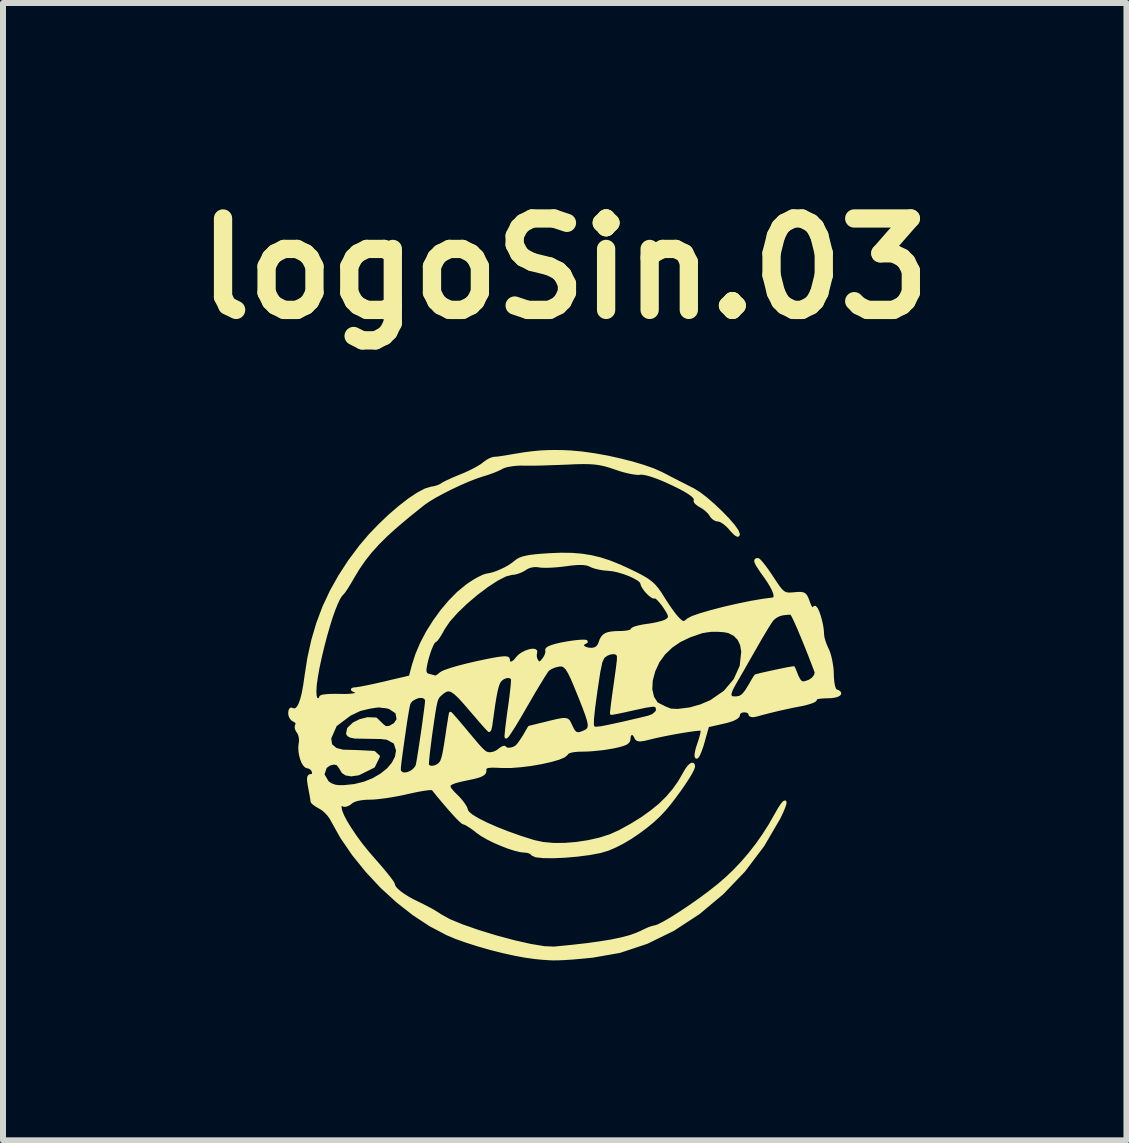
<source format=kicad_pcb>
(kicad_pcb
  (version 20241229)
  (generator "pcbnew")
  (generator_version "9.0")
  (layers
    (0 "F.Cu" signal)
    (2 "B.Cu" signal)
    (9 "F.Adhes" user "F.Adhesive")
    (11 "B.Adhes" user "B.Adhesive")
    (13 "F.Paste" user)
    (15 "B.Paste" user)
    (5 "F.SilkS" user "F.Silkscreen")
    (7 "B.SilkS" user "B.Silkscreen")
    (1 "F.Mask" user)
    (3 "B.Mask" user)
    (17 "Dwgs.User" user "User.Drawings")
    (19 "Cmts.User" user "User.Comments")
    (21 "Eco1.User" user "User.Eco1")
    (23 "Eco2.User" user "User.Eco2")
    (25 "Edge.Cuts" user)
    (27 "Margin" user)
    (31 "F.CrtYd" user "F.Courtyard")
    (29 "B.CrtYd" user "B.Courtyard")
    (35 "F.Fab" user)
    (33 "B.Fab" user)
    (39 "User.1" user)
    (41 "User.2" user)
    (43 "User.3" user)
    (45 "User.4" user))
  (footprint "logoSin.03"
    (layer "F.Cu")
    (at 6.365 8.706)
    (property "Reference" "logoSin.03" (at 0 -7.279 0) (layer "F.SilkS") (effects (font (size 1.524 1.524) (thickness 0.305))))
    (attr smd)
    (fp_poly (pts (xy -0.162 -4.231) (xy -0.284 -4.229) (xy -0.406 -4.223) (xy -0.532 -4.211) (xy -0.667 -4.194) (xy -0.816 -4.17) (xy -0.985 -4.141) (xy -1.01 -4.137) (xy -1.036 -4.133) (xy -1.063 -4.129) (xy -1.09 -4.125) (xy -1.115 -4.122) (xy -1.138 -4.12) (xy -1.159 -4.118) (xy -1.177 -4.117) (xy -1.194 -4.114) (xy -1.214 -4.108) (xy -1.236 -4.1) (xy -1.26 -4.088) (xy -1.284 -4.075) (xy -1.308 -4.059) (xy -1.332 -4.042) (xy -1.354 -4.025) (xy -1.38 -4.004) (xy -1.415 -3.982) (xy -1.457 -3.957) (xy -1.505 -3.931) (xy -1.557 -3.904) (xy -1.612 -3.878) (xy -1.667 -3.853) (xy -1.723 -3.83) (xy -1.778 -3.808) (xy -1.832 -3.785) (xy -1.883 -3.763) (xy -1.929 -3.741) (xy -1.971 -3.722) (xy -2.006 -3.704) (xy -2.033 -3.69) (xy -2.05 -3.678) (xy -2.064 -3.669) (xy -2.082 -3.659) (xy -2.103 -3.651) (xy -2.126 -3.642) (xy -2.15 -3.635) (xy -2.175 -3.628) (xy -2.2 -3.624) (xy -2.224 -3.62) (xy -2.323 -3.59) (xy -2.45 -3.523) (xy -2.598 -3.424) (xy -2.759 -3.299) (xy -2.927 -3.154) (xy -3.094 -2.994) (xy -3.255 -2.826) (xy -3.401 -2.654) (xy -3.587 -2.406) (xy -3.751 -2.154) (xy -3.894 -1.899) (xy -4.017 -1.636) (xy -4.119 -1.365) (xy -4.202 -1.084) (xy -4.267 -0.791) (xy -4.031 1.155) (xy -3.989 1.032) (xy -3.923 0.984) (xy -3.85 0.966) (xy -3.787 0.979) (xy -3.742 1.041) (xy -3.698 1.114) (xy -3.648 1.148) (xy -3.561 1.163) (xy -3.439 1.146) (xy -3.186 1.021) (xy -3.105 0.854) (xy -3.179 0.786) (xy -3.452 0.772) (xy -3.7 0.765) (xy -3.817 0.735) (xy -3.9 0.664) (xy -3.918 0.553) (xy -3.822 0.334) (xy -3.581 0.153) (xy -3.417 0.075) (xy -3.258 0.036) (xy -3.15 0.019) (xy -3.087 0.014) (xy -3.051 0.021) (xy -3.014 0.024) (xy -2.971 0.029) (xy -2.919 0.042) (xy -2.8 0.122) (xy -2.779 0.239) (xy -2.831 0.316) (xy -2.916 0.367) (xy -2.988 0.374) (xy -3.036 0.337) (xy -3.148 0.229) (xy -3.287 0.224) (xy -3.413 0.256) (xy -3.517 0.308) (xy -3.605 0.391) (xy -3.622 0.474) (xy -3.608 0.497) (xy -3.574 0.517) (xy -3.501 0.533) (xy -3.278 0.537) (xy -3.062 0.541) (xy -2.96 0.553) (xy -2.83 0.623) (xy -2.789 0.754) (xy -2.808 0.865) (xy -2.863 0.972) (xy -2.948 1.072) (xy -3.06 1.161) (xy -3.192 1.238) (xy -3.342 1.298) (xy -3.505 1.338) (xy -3.675 1.356) (xy -3.773 1.356) (xy -3.831 1.348) (xy -3.904 1.321) (xy -3.955 1.284) (xy -4.031 1.155) (xy -4.267 -0.791) (xy -4.315 -0.484) (xy -4.337 -0.332) (xy -4.36 -0.205) (xy -4.386 -0.101) (xy -2.599 -0.021) (xy -2.583 -0.052) (xy -2.558 -0.081) (xy -2.536 -0.098) (xy -2.514 -0.109) (xy -2.491 -0.124) (xy -2.427 -0.144) (xy -2.37 -0.143) (xy -2.326 -0.123) (xy -2.305 -0.085) (xy -2.305 -0.068) (xy -2.309 -0.03) (xy -2.315 0.025) (xy -2.324 0.094) (xy -2.335 0.175) (xy -2.347 0.265) (xy -2.36 0.36) (xy -2.374 0.458) (xy -2.389 0.557) (xy -2.403 0.653) (xy -2.417 0.743) (xy -2.43 0.825) (xy -2.441 0.895) (xy -2.451 0.952) (xy -2.459 0.991) (xy -2.463 1.011) (xy -2.486 1.048) (xy -2.52 1.084) (xy -2.561 1.114) (xy -2.604 1.133) (xy -2.643 1.143) (xy -2.673 1.145) (xy -2.705 1.141) (xy -2.723 1.129) (xy -2.737 1.119) (xy -2.746 1.108) (xy -2.753 1.096) (xy -2.757 1.081) (xy -2.755 1.034) (xy -2.743 0.927) (xy -2.721 0.763) (xy -2.691 0.548) (xy -2.648 0.253) (xy -2.618 0.072) (xy -2.599 -0.021) (xy -4.386 -0.101) (xy -4.414 -0.021) (xy 1.914 -1.072) (xy 2.081 -1.152) (xy 2.286 -1.223) (xy 2.303 -1.226) (xy 2.319 -1.228) (xy 2.338 -1.232) (xy 2.367 -1.237) (xy 2.45 -1.247) (xy 2.557 -1.247) (xy 2.661 -1.239) (xy 2.736 -1.224) (xy 2.831 -1.175) (xy 2.901 -1.103) (xy 2.946 -1.009) (xy 2.966 -0.892) (xy 2.939 -0.649) (xy 2.837 -0.422) (xy 2.668 -0.222) (xy 2.439 -0.064) (xy 2.27 0.009) (xy 2.089 0.06) (xy 1.882 0.086) (xy 1.766 0.081) (xy 1.669 0.042) (xy 1.532 -0.028) (xy 1.467 -0.129) (xy 1.436 -0.262) (xy 1.443 -0.411) (xy 1.486 -0.572) (xy 1.558 -0.728) (xy 1.654 -0.86) (xy 1.776 -0.977) (xy 1.914 -1.072) (xy -4.414 -0.021) (xy 0.643 -0.804) (xy 0.7 -0.846) (xy 0.757 -0.868) (xy 0.81 -0.875) (xy 0.855 -0.868) (xy 0.884 -0.844) (xy 0.894 -0.816) (xy 0.892 -0.747) (xy 0.874 -0.602) (xy 0.838 -0.341) (xy 0.812 -0.157) (xy 0.792 -0.005) (xy 0.78 0.099) (xy 0.777 0.138) (xy 0.807 0.134) (xy 0.883 0.12) (xy 0.993 0.097) (xy 1.127 0.067) (xy 1.355 0.018) (xy 1.478 0.000438) (xy 1.529 0.014) (xy 1.543 0.059) (xy 1.543 0.084) (xy 1.538 0.103) (xy 1.525 0.121) (xy 1.502 0.143) (xy 1.466 0.171) (xy 1.401 0.196) (xy 1.254 0.232) (xy 0.971 0.298) (xy 0.741 0.348) (xy 0.597 0.376) (xy 0.516 0.383) (xy 0.477 0.375) (xy 0.462 0.332) (xy 0.464 0.225) (xy 0.484 0.036) (xy 0.523 -0.251) (xy 0.569 -0.554) (xy 0.604 -0.723) (xy 0.643 -0.804) (xy -4.414 -0.021) (xy -0.09 -0.668) (xy -0.045 -0.668) (xy -0.006 -0.65) (xy 0.033 -0.611) (xy 0.074 -0.545) (xy 0.121 -0.449) (xy 0.177 -0.317) (xy 0.247 -0.145) (xy 0.314 0.024) (xy 0.362 0.154) (xy 0.393 0.252) (xy 0.407 0.322) (xy 0.404 0.371) (xy 0.385 0.406) (xy 0.351 0.431) (xy 0.301 0.454) (xy 0.266 0.467) (xy 0.235 0.474) (xy 0.208 0.473) (xy 0.185 0.465) (xy 0.163 0.448) (xy 0.143 0.422) (xy 0.123 0.386) (xy 0.101 0.34) (xy 0.081 0.297) (xy 0.063 0.265) (xy 0.039 0.245) (xy 0.004 0.237) (xy -0.047 0.239) (xy -0.122 0.253) (xy -0.226 0.277) (xy -0.366 0.312) (xy -0.394 0.318) (xy -0.422 0.325) (xy -0.45 0.332) (xy -0.478 0.339) (xy -0.507 0.346) (xy -0.535 0.353) (xy -0.563 0.36) (xy -0.591 0.367) (xy -0.6 0.382) (xy -0.61 0.398) (xy -0.618 0.414) (xy -0.628 0.43) (xy -0.637 0.445) (xy -0.646 0.461) (xy -0.655 0.477) (xy -0.664 0.493) (xy -0.68 0.519) (xy -0.697 0.546) (xy -0.714 0.572) (xy -0.732 0.598) (xy -0.748 0.622) (xy -0.764 0.643) (xy -0.778 0.661) (xy -0.79 0.675) (xy -0.813 0.695) (xy -0.842 0.712) (xy -0.872 0.723) (xy -0.904 0.73) (xy -0.934 0.733) (xy -0.961 0.73) (xy -0.983 0.721) (xy -0.998 0.706) (xy -1.003 0.702) (xy -1.01 0.7) (xy -1.019 0.702) (xy -1.03 0.705) (xy -1.043 0.712) (xy -1.057 0.72) (xy -1.073 0.731) (xy -1.09 0.744) (xy -1.108 0.759) (xy -1.127 0.771) (xy -1.147 0.782) (xy -1.167 0.791) (xy -1.188 0.798) (xy -1.209 0.803) (xy -1.229 0.807) (xy -1.249 0.808) (xy -1.277 0.806) (xy -1.303 0.799) (xy -1.332 0.783) (xy -1.365 0.755) (xy -1.407 0.713) (xy -1.461 0.653) (xy -1.529 0.572) (xy -1.617 0.468) (xy -1.674 0.399) (xy -1.727 0.336) (xy -1.776 0.278) (xy -1.819 0.229) (xy -1.854 0.189) (xy -1.881 0.158) (xy -1.899 0.139) (xy -1.906 0.134) (xy -1.909 0.143) (xy -1.913 0.167) (xy -1.92 0.204) (xy -1.927 0.253) (xy -1.937 0.312) (xy -1.948 0.379) (xy -1.958 0.452) (xy -1.97 0.531) (xy -1.987 0.641) (xy -2.002 0.731) (xy -2.015 0.803) (xy -2.028 0.859) (xy -2.041 0.901) (xy -2.053 0.934) (xy -2.068 0.959) (xy -2.085 0.978) (xy -2.111 1) (xy -2.141 1.016) (xy -2.171 1.027) (xy -2.202 1.033) (xy -2.23 1.033) (xy -2.255 1.027) (xy -2.274 1.015) (xy -2.286 0.997) (xy -2.286 0.996) (xy -2.288 0.978) (xy -2.286 0.939) (xy -2.281 0.884) (xy -2.274 0.812) (xy -2.264 0.728) (xy -2.252 0.634) (xy -2.239 0.531) (xy -2.224 0.423) (xy -2.199 0.249) (xy -2.179 0.117) (xy -2.162 0.019) (xy -2.147 -0.051) (xy -2.132 -0.099) (xy -2.115 -0.132) (xy -2.095 -0.158) (xy -2.07 -0.181) (xy -2.019 -0.223) (xy -1.973 -0.248) (xy -1.929 -0.254) (xy -1.881 -0.239) (xy -1.825 -0.2) (xy -1.756 -0.134) (xy -1.671 -0.041) (xy -1.564 0.083) (xy -1.506 0.15) (xy -1.452 0.213) (xy -1.402 0.271) (xy -1.358 0.321) (xy -1.321 0.363) (xy -1.291 0.395) (xy -1.271 0.416) (xy -1.262 0.424) (xy -1.258 0.423) (xy -1.254 0.417) (xy -1.249 0.408) (xy -1.244 0.394) (xy -1.24 0.377) (xy -1.235 0.357) (xy -1.231 0.335) (xy -1.228 0.31) (xy -1.202 0.128) (xy -1.181 -0.022) (xy -1.161 -0.142) (xy -1.143 -0.235) (xy -1.125 -0.306) (xy -1.108 -0.358) (xy -1.09 -0.395) (xy -1.07 -0.42) (xy -1.044 -0.442) (xy -1.015 -0.459) (xy -0.985 -0.47) (xy -0.956 -0.476) (xy -0.929 -0.476) (xy -0.905 -0.469) (xy -0.887 -0.457) (xy -0.875 -0.439) (xy -0.873 -0.422) (xy -0.874 -0.389) (xy -0.877 -0.342) (xy -0.883 -0.282) (xy -0.891 -0.212) (xy -0.9 -0.133) (xy -0.911 -0.049) (xy -0.924 0.041) (xy -0.937 0.131) (xy -0.948 0.216) (xy -0.958 0.296) (xy -0.967 0.367) (xy -0.973 0.428) (xy -0.978 0.477) (xy -0.981 0.512) (xy -0.98 0.531) (xy -0.973 0.531) (xy -0.954 0.512) (xy -0.926 0.472) (xy -0.888 0.414) (xy -0.84 0.339) (xy -0.784 0.246) (xy -0.72 0.138) (xy -0.649 0.014) (xy -0.583 -0.099) (xy -0.52 -0.208) (xy -0.461 -0.307) (xy -0.407 -0.395) (xy -0.361 -0.471) (xy -0.323 -0.53) (xy -0.296 -0.571) (xy -0.28 -0.59) (xy -0.269 -0.599) (xy -0.255 -0.608) (xy -0.239 -0.618) (xy -0.221 -0.627) (xy -0.201 -0.636) (xy -0.182 -0.644) (xy -0.162 -0.651) (xy -0.142 -0.657) (xy -0.09 -0.668) (xy -4.414 -0.021) (xy -4.445 0.036) (xy -0.417 -0.705) (xy -0.429 -0.706) (xy -0.441 -0.712) (xy -0.453 -0.724) (xy -0.465 -0.742) (xy -0.474 -0.756) (xy -0.48 -0.772) (xy -0.485 -0.79) (xy -0.489 -0.807) (xy -0.49 -0.825) (xy -0.49 -0.842) (xy -0.488 -0.858) (xy -0.484 -0.872) (xy -0.483 -0.902) (xy -0.505 -0.916) (xy -0.544 -0.918) (xy -0.594 -0.908) (xy -0.649 -0.889) (xy -0.705 -0.861) (xy -0.754 -0.827) (xy -0.792 -0.788) (xy -0.82 -0.753) (xy -0.846 -0.727) (xy -0.871 -0.711) (xy -0.893 -0.702) (xy -0.912 -0.703) (xy -0.926 -0.714) (xy -0.935 -0.733) (xy -0.938 -0.762) (xy -0.944 -0.778) (xy -0.962 -0.788) (xy -0.995 -0.792) (xy -1.046 -0.789) (xy -1.116 -0.78) (xy -1.207 -0.764) (xy -1.323 -0.741) (xy -1.464 -0.711) (xy -1.572 -0.686) (xy -1.675 -0.661) (xy -1.771 -0.636) (xy -1.858 -0.611) (xy -1.933 -0.587) (xy -1.995 -0.565) (xy -2.039 -0.546) (xy -2.064 -0.531) (xy -2.08 -0.518) (xy -2.095 -0.506) (xy -2.109 -0.495) (xy -2.122 -0.486) (xy -2.135 -0.479) (xy -2.144 -0.474) (xy -2.153 -0.471) (xy -2.158 -0.471) (xy -2.164 -0.472) (xy -2.172 -0.474) (xy -2.184 -0.478) (xy -2.197 -0.481) (xy -2.212 -0.485) (xy -2.228 -0.489) (xy -2.245 -0.494) (xy -2.262 -0.498) (xy -2.285 -0.505) (xy -2.303 -0.515) (xy -2.316 -0.528) (xy -2.324 -0.545) (xy -2.328 -0.566) (xy -2.329 -0.594) (xy -2.325 -0.627) (xy -2.318 -0.668) (xy -2.302 -0.741) (xy -2.282 -0.813) (xy -2.261 -0.881) (xy -2.239 -0.943) (xy -2.216 -0.996) (xy -2.195 -1.037) (xy -2.176 -1.064) (xy -2.16 -1.073) (xy -2.152 -1.078) (xy -2.14 -1.089) (xy -2.125 -1.109) (xy -2.107 -1.134) (xy -2.087 -1.165) (xy -2.065 -1.201) (xy -2.043 -1.24) (xy -2.02 -1.282) (xy -1.933 -1.41) (xy -1.804 -1.555) (xy -1.646 -1.707) (xy -1.472 -1.855) (xy -1.295 -1.988) (xy -1.128 -2.097) (xy -0.986 -2.169) (xy -0.88 -2.196) (xy -0.856 -2.197) (xy -0.83 -2.201) (xy -0.801 -2.209) (xy -0.772 -2.218) (xy -0.743 -2.229) (xy -0.715 -2.242) (xy -0.688 -2.256) (xy -0.664 -2.271) (xy -0.639 -2.287) (xy -0.611 -2.301) (xy -0.581 -2.312) (xy -0.551 -2.319) (xy -0.52 -2.324) (xy -0.489 -2.326) (xy -0.458 -2.325) (xy -0.427 -2.32) (xy -0.395 -2.316) (xy -0.352 -2.314) (xy -0.301 -2.314) (xy -0.243 -2.315) (xy -0.181 -2.319) (xy -0.116 -2.324) (xy -0.049 -2.331) (xy 0.016 -2.339) (xy 0.097 -2.35) (xy 0.167 -2.357) (xy 0.229 -2.361) (xy 0.282 -2.361) (xy 0.328 -2.358) (xy 0.368 -2.351) (xy 0.403 -2.341) (xy 0.433 -2.328) (xy 0.457 -2.316) (xy 0.487 -2.305) (xy 0.522 -2.295) (xy 0.56 -2.286) (xy 0.6 -2.278) (xy 0.641 -2.271) (xy 0.682 -2.267) (xy 0.722 -2.264) (xy 0.804 -2.255) (xy 0.895 -2.235) (xy 0.988 -2.207) (xy 1.079 -2.173) (xy 1.159 -2.136) (xy 1.224 -2.099) (xy 1.268 -2.063) (xy 1.284 -2.032) (xy 1.292 -2) (xy 1.313 -1.963) (xy 1.342 -1.921) (xy 1.377 -1.881) (xy 1.414 -1.845) (xy 1.449 -1.817) (xy 1.479 -1.802) (xy 1.5 -1.802) (xy 1.51 -1.803) (xy 1.523 -1.796) (xy 1.54 -1.784) (xy 1.56 -1.766) (xy 1.582 -1.742) (xy 1.606 -1.714) (xy 1.631 -1.683) (xy 1.656 -1.648) (xy 1.691 -1.595) (xy 1.717 -1.552) (xy 1.734 -1.518) (xy 1.743 -1.491) (xy 1.744 -1.47) (xy 1.737 -1.451) (xy 1.724 -1.435) (xy 1.703 -1.418) (xy 1.683 -1.406) (xy 1.655 -1.394) (xy 1.619 -1.382) (xy 1.577 -1.371) (xy 1.53 -1.359) (xy 1.48 -1.349) (xy 1.428 -1.34) (xy 1.375 -1.332) (xy 1.324 -1.325) (xy 1.276 -1.316) (xy 1.233 -1.307) (xy 1.195 -1.297) (xy 1.163 -1.287) (xy 1.14 -1.276) (xy 1.125 -1.266) (xy 1.119 -1.257) (xy 1.116 -1.248) (xy 1.104 -1.24) (xy 1.085 -1.233) (xy 1.061 -1.226) (xy 1.032 -1.221) (xy 0.998 -1.217) (xy 0.961 -1.214) (xy 0.921 -1.213) (xy 0.841 -1.211) (xy 0.777 -1.205) (xy 0.724 -1.195) (xy 0.682 -1.179) (xy 0.65 -1.156) (xy 0.623 -1.126) (xy 0.603 -1.087) (xy 0.585 -1.038) (xy 0.575 -1.013) (xy 0.563 -0.992) (xy 0.549 -0.974) (xy 0.532 -0.959) (xy 0.513 -0.948) (xy 0.492 -0.94) (xy 0.468 -0.934) (xy 0.441 -0.933) (xy 0.397 -0.936) (xy 0.359 -0.945) (xy 0.329 -0.958) (xy 0.308 -0.974) (xy 0.297 -0.992) (xy 0.297 -1.01) (xy 0.31 -1.027) (xy 0.336 -1.042) (xy 0.361 -1.056) (xy 0.357 -1.065) (xy 0.328 -1.069) (xy 0.277 -1.068) (xy 0.208 -1.063) (xy 0.127 -1.053) (xy 0.035 -1.039) (xy -0.061 -1.021) (xy -0.119 -1.008) (xy -0.169 -0.995) (xy -0.213 -0.981) (xy -0.248 -0.968) (xy -0.275 -0.954) (xy -0.293 -0.941) (xy -0.302 -0.927) (xy -0.302 -0.914) (xy -0.3 -0.901) (xy -0.3 -0.886) (xy -0.303 -0.868) (xy -0.308 -0.849) (xy -0.316 -0.828) (xy -0.326 -0.808) (xy -0.338 -0.788) (xy -0.352 -0.768) (xy -0.372 -0.743) (xy -0.389 -0.724) (xy -0.404 -0.712) (xy -0.417 -0.705) (xy -4.445 0.036) (xy -4.477 0.069) (xy -4.513 0.079) (xy -4.551 0.066) (xy -4.558 0.063) (xy -4.565 0.065) (xy -4.571 0.069) (xy -4.576 0.077) (xy -4.58 0.088) (xy -4.584 0.101) (xy -4.586 0.117) (xy 3.508 -1.47) (xy 3.561 -1.5) (xy 3.621 -1.519) (xy 3.689 -1.528) (xy 3.711 -1.529) (xy 3.732 -1.531) (xy 3.753 -1.532) (xy 3.774 -1.533) (xy 3.801 -1.492) (xy 3.843 -1.406) (xy 3.896 -1.287) (xy 3.956 -1.144) (xy 4.02 -0.988) (xy 4.083 -0.829) (xy 4.141 -0.679) (xy 4.191 -0.546) (xy 4.176 -0.491) (xy 4.135 -0.44) (xy 4.075 -0.4) (xy 4.005 -0.377) (xy 3.977 -0.374) (xy 3.957 -0.375) (xy 3.94 -0.384) (xy 3.923 -0.399) (xy 3.908 -0.418) (xy 3.891 -0.448) (xy 3.873 -0.484) (xy 3.857 -0.523) (xy 3.843 -0.56) (xy 3.83 -0.592) (xy 3.82 -0.615) (xy 3.814 -0.626) (xy 3.716 -0.61) (xy 3.504 -0.566) (xy 3.29 -0.519) (xy 3.183 -0.491) (xy 3.173 -0.478) (xy 3.153 -0.447) (xy 3.126 -0.402) (xy 3.095 -0.347) (xy 3.028 -0.237) (xy 2.974 -0.17) (xy 2.923 -0.135) (xy 2.865 -0.123) (xy 2.838 -0.123) (xy 2.812 -0.124) (xy 2.79 -0.127) (xy 2.777 -0.132) (xy 2.756 -0.158) (xy 2.758 -0.202) (xy 2.781 -0.266) (xy 2.828 -0.353) (xy 2.876 -0.437) (xy 2.956 -0.574) (xy 3.053 -0.745) (xy 3.159 -0.93) (xy 3.262 -1.11) (xy 3.353 -1.263) (xy 3.423 -1.375) (xy 3.46 -1.428) (xy 3.508 -1.47) (xy -4.586 0.117) (xy -4.587 0.135) (xy -4.585 0.154) (xy -4.581 0.173) (xy -4.574 0.191) (xy -4.565 0.208) (xy -4.554 0.223) (xy -4.542 0.236) (xy -4.528 0.247) (xy -4.513 0.254) (xy -4.499 0.261) (xy -4.487 0.269) (xy -4.478 0.278) (xy -4.471 0.289) (xy -4.466 0.299) (xy -4.465 0.31) (xy -4.466 0.321) (xy -4.47 0.332) (xy -4.476 0.343) (xy -4.478 0.356) (xy -4.478 0.37) (xy -4.476 0.386) (xy -4.471 0.402) (xy -4.464 0.418) (xy -4.455 0.434) (xy -4.445 0.448) (xy -4.434 0.464) (xy -4.425 0.485) (xy -4.417 0.508) (xy -4.412 0.533) (xy -4.408 0.56) (xy -4.407 0.587) (xy -4.408 0.615) (xy -4.413 0.641) (xy -4.419 0.703) (xy -4.416 0.768) (xy -4.406 0.833) (xy -4.389 0.894) (xy -4.368 0.949) (xy -4.342 0.992) (xy -4.313 1.021) (xy -4.283 1.031) (xy -4.27 1.033) (xy -4.257 1.037) (xy -4.245 1.043) (xy -4.232 1.052) (xy -4.221 1.062) (xy -4.21 1.074) (xy -4.202 1.088) (xy -4.195 1.102) (xy -4.191 1.116) (xy -4.189 1.13) (xy -4.19 1.141) (xy -4.194 1.152) (xy -4.2 1.16) (xy -4.208 1.166) (xy -4.218 1.17) (xy -4.231 1.172) (xy -4.247 1.174) (xy -4.259 1.181) (xy -4.267 1.194) (xy -4.272 1.214) (xy -4.273 1.24) (xy -4.27 1.275) (xy -4.264 1.318) (xy -4.255 1.37) (xy -4.247 1.411) (xy -4.24 1.45) (xy -4.233 1.487) (xy -4.227 1.521) (xy -4.222 1.55) (xy -4.218 1.575) (xy -4.216 1.593) (xy -4.215 1.603) (xy -4.211 1.612) (xy -4.203 1.622) (xy -4.191 1.634) (xy -4.175 1.647) (xy -4.155 1.661) (xy -4.133 1.676) (xy -4.108 1.69) (xy -4.082 1.705) (xy -4.054 1.721) (xy -4.026 1.741) (xy -3.998 1.765) (xy -3.971 1.791) (xy -3.945 1.819) (xy -3.922 1.848) (xy -3.902 1.876) (xy -3.886 1.905) (xy -3.722 2.199) (xy -3.525 2.487) (xy -3.301 2.764) (xy -3.057 3.026) (xy -2.795 3.266) (xy -2.521 3.481) (xy -2.24 3.666) (xy -1.958 3.814) (xy -1.811 3.876) (xy -1.636 3.938) (xy -1.444 3.999) (xy -1.241 4.057) (xy -1.036 4.109) (xy -0.838 4.153) (xy -0.654 4.187) (xy -0.494 4.209) (xy -0.383 4.22) (xy -0.288 4.227) (xy -0.199 4.231) (xy -0.108 4.23) (xy -0.007 4.226) (xy 0.116 4.218) (xy 0.267 4.205) (xy 0.457 4.187) (xy 0.915 4.107) (xy 1.369 3.956) (xy 1.81 3.74) (xy 2.233 3.464) (xy 2.627 3.134) (xy 2.988 2.757) (xy 3.305 2.337) (xy 3.572 1.88) (xy 3.624 1.771) (xy 3.657 1.69) (xy 3.673 1.637) (xy 3.672 1.612) (xy 3.655 1.618) (xy 3.623 1.655) (xy 3.578 1.723) (xy 3.519 1.826) (xy 3.423 1.995) (xy 3.319 2.158) (xy 3.208 2.317) (xy 3.09 2.469) (xy 2.967 2.613) (xy 2.838 2.75) (xy 2.704 2.879) (xy 2.565 2.999) (xy 2.418 3.115) (xy 2.257 3.235) (xy 2.09 3.352) (xy 1.927 3.461) (xy 1.777 3.556) (xy 1.648 3.631) (xy 1.55 3.68) (xy 1.491 3.697) (xy 1.478 3.699) (xy 1.461 3.704) (xy 1.438 3.711) (xy 1.412 3.72) (xy 1.385 3.731) (xy 1.355 3.745) (xy 1.324 3.759) (xy 1.293 3.775) (xy 1.196 3.818) (xy 1.082 3.858) (xy 0.945 3.894) (xy 0.783 3.928) (xy 0.593 3.959) (xy 0.371 3.99) (xy 0.115 4.019) (xy -0.18 4.048) (xy -0.341 4.041) (xy -0.571 4.003) (xy -0.846 3.941) (xy -1.144 3.861) (xy -1.439 3.771) (xy -1.709 3.677) (xy -1.929 3.586) (xy -2.075 3.505) (xy -2.106 3.484) (xy -2.144 3.46) (xy -2.188 3.433) (xy -2.236 3.406) (xy -2.287 3.379) (xy -2.339 3.352) (xy -2.39 3.326) (xy -2.44 3.302) (xy -2.528 3.259) (xy -2.608 3.215) (xy -2.679 3.171) (xy -2.74 3.128) (xy -2.789 3.087) (xy -2.826 3.049) (xy -2.848 3.015) (xy -2.856 2.984) (xy -2.863 2.968) (xy -2.881 2.939) (xy -2.911 2.898) (xy -2.95 2.848) (xy -2.997 2.79) (xy -3.051 2.725) (xy -3.111 2.655) (xy -3.175 2.582) (xy -3.29 2.449) (xy -3.397 2.316) (xy -3.493 2.185) (xy -3.577 2.06) (xy -3.647 1.946) (xy -3.7 1.846) (xy -3.733 1.763) (xy -3.745 1.701) (xy -3.744 1.688) (xy -3.741 1.677) (xy -3.736 1.669) (xy -3.73 1.663) (xy -3.723 1.659) (xy -3.714 1.658) (xy -3.705 1.66) (xy -3.695 1.665) (xy -3.683 1.67) (xy -3.669 1.671) (xy -3.653 1.67) (xy -3.636 1.665) (xy -3.619 1.658) (xy -3.6 1.649) (xy -3.583 1.638) (xy -3.566 1.624) (xy -3.544 1.608) (xy -3.516 1.593) (xy -3.483 1.581) (xy -3.445 1.571) (xy -3.402 1.563) (xy -3.356 1.557) (xy -3.306 1.553) (xy -3.253 1.552) (xy -3.198 1.55) (xy -3.131 1.545) (xy -3.054 1.536) (xy -2.971 1.525) (xy -2.884 1.511) (xy -2.795 1.495) (xy -2.707 1.478) (xy -2.622 1.459) (xy -2.542 1.441) (xy -2.466 1.425) (xy -2.396 1.412) (xy -2.334 1.402) (xy -2.281 1.395) (xy -2.24 1.392) (xy -2.212 1.393) (xy -2.199 1.397) (xy -2.106 1.513) (xy -2.016 1.62) (xy -1.933 1.717) (xy -1.858 1.801) (xy -1.794 1.871) (xy -1.741 1.923) (xy -1.703 1.956) (xy -1.68 1.967) (xy -1.667 1.97) (xy -1.649 1.978) (xy -1.625 1.992) (xy -1.597 2.009) (xy -1.565 2.029) (xy -1.531 2.053) (xy -1.495 2.079) (xy -1.46 2.108) (xy -1.382 2.163) (xy -1.284 2.219) (xy -1.174 2.274) (xy -1.058 2.324) (xy -0.942 2.369) (xy -0.833 2.404) (xy -0.737 2.427) (xy -0.662 2.435) (xy -0.643 2.436) (xy -0.624 2.439) (xy -0.604 2.444) (xy -0.587 2.45) (xy -0.571 2.458) (xy -0.557 2.467) (xy -0.546 2.477) (xy -0.537 2.488) (xy -0.479 2.513) (xy -0.357 2.526) (xy -0.188 2.528) (xy 0.008 2.519) (xy 0.215 2.501) (xy 0.415 2.475) (xy 0.59 2.442) (xy 0.722 2.403) (xy 0.845 2.35) (xy 0.971 2.285) (xy 1.099 2.209) (xy 1.225 2.124) (xy 1.348 2.033) (xy 1.464 1.938) (xy 1.57 1.84) (xy 1.664 1.74) (xy 1.741 1.648) (xy 1.822 1.543) (xy 1.904 1.432) (xy 1.98 1.323) (xy 2.047 1.221) (xy 2.101 1.132) (xy 2.136 1.063) (xy 2.149 1.023) (xy 2.145 0.997) (xy 2.135 0.984) (xy 2.119 0.983) (xy 2.098 0.994) (xy 2.074 1.016) (xy 2.048 1.047) (xy 2.021 1.088) (xy 1.993 1.137) (xy 1.91 1.28) (xy 1.816 1.413) (xy 1.708 1.539) (xy 1.586 1.659) (xy 1.446 1.773) (xy 1.289 1.886) (xy 1.111 1.996) (xy 0.911 2.106) (xy 0.759 2.174) (xy 0.584 2.23) (xy 0.394 2.273) (xy 0.198 2.303) (xy 0.001 2.319) (xy -0.188 2.32) (xy -0.362 2.304) (xy -0.513 2.272) (xy -0.734 2.202) (xy -0.943 2.128) (xy -1.134 2.053) (xy -1.302 1.979) (xy -1.442 1.909) (xy -1.549 1.845) (xy -1.616 1.789) (xy -1.64 1.745) (xy -1.643 1.727) (xy -1.653 1.704) (xy -1.669 1.677) (xy -1.69 1.646) (xy -1.714 1.613) (xy -1.743 1.578) (xy -1.774 1.543) (xy -1.809 1.509) (xy -1.871 1.446) (xy -1.912 1.396) (xy -1.93 1.357) (xy -1.922 1.326) (xy -1.886 1.3) (xy -1.819 1.275) (xy -1.72 1.25) (xy -1.587 1.222) (xy -1.518 1.207) (xy -1.461 1.192) (xy -1.416 1.178) (xy -1.381 1.162) (xy -1.356 1.146) (xy -1.34 1.129) (xy -1.331 1.109) (xy -1.33 1.088) (xy -1.33 1.065) (xy -1.323 1.047) (xy -1.308 1.034) (xy -1.283 1.025) (xy -1.246 1.02) (xy -1.195 1.018) (xy -1.127 1.02) (xy -1.042 1.024) (xy -0.9 1.024) (xy -0.736 1.011) (xy -0.562 0.99) (xy -0.391 0.96) (xy -0.234 0.925) (xy -0.104 0.888) (xy -0.012 0.849) (xy 0.03 0.814) (xy 0.039 0.799) (xy 0.056 0.786) (xy 0.079 0.776) (xy 0.11 0.767) (xy 0.147 0.76) (xy 0.191 0.755) (xy 0.241 0.752) (xy 0.298 0.751) (xy 0.353 0.75) (xy 0.414 0.747) (xy 0.48 0.742) (xy 0.549 0.735) (xy 0.618 0.728) (xy 0.686 0.719) (xy 0.749 0.708) (xy 0.808 0.698) (xy 0.879 0.683) (xy 0.937 0.668) (xy 0.983 0.653) (xy 1.019 0.638) (xy 1.044 0.621) (xy 1.061 0.602) (xy 1.07 0.581) (xy 1.073 0.558) (xy 1.076 0.523) (xy 1.085 0.498) (xy 1.098 0.481) (xy 1.114 0.473) (xy 1.131 0.474) (xy 1.149 0.485) (xy 1.166 0.506) (xy 1.182 0.536) (xy 1.19 0.554) (xy 1.202 0.567) (xy 1.218 0.575) (xy 1.238 0.58) (xy 1.264 0.58) (xy 1.297 0.576) (xy 1.337 0.569) (xy 1.386 0.557) (xy 1.519 0.525) (xy 1.664 0.494) (xy 1.81 0.466) (xy 1.952 0.441) (xy 2.079 0.421) (xy 2.182 0.407) (xy 2.254 0.401) (xy 2.286 0.405) (xy 2.289 0.414) (xy 2.289 0.431) (xy 2.286 0.454) (xy 2.281 0.483) (xy 2.272 0.517) (xy 2.262 0.554) (xy 2.249 0.595) (xy 2.235 0.638) (xy 2.221 0.679) (xy 2.208 0.72) (xy 2.199 0.757) (xy 2.192 0.791) (xy 2.188 0.82) (xy 2.187 0.843) (xy 2.19 0.859) (xy 2.195 0.868) (xy 2.204 0.867) (xy 2.215 0.855) (xy 2.228 0.833) (xy 2.242 0.803) (xy 2.258 0.766) (xy 2.274 0.721) (xy 2.291 0.672) (xy 2.307 0.617) (xy 2.316 0.583) (xy 2.326 0.549) (xy 2.335 0.515) (xy 2.345 0.481) (xy 2.355 0.447) (xy 2.364 0.413) (xy 2.374 0.379) (xy 2.383 0.345) (xy 2.415 0.338) (xy 2.448 0.331) (xy 2.48 0.323) (xy 2.512 0.316) (xy 2.544 0.309) (xy 2.576 0.302) (xy 2.608 0.294) (xy 2.64 0.287) (xy 2.699 0.273) (xy 2.75 0.258) (xy 2.794 0.243) (xy 2.83 0.227) (xy 2.859 0.211) (xy 2.88 0.195) (xy 2.893 0.179) (xy 2.897 0.163) (xy 2.899 0.15) (xy 2.904 0.137) (xy 2.913 0.125) (xy 2.925 0.116) (xy 2.938 0.107) (xy 2.954 0.101) (xy 2.972 0.098) (xy 2.991 0.096) (xy 3.009 0.097) (xy 3.027 0.1) (xy 3.043 0.105) (xy 3.057 0.111) (xy 3.068 0.118) (xy 3.077 0.127) (xy 3.082 0.136) (xy 3.084 0.146) (xy 3.086 0.156) (xy 3.092 0.164) (xy 3.101 0.17) (xy 3.114 0.174) (xy 3.129 0.176) (xy 3.147 0.176) (xy 3.167 0.173) (xy 3.19 0.168) (xy 3.3 0.138) (xy 3.398 0.113) (xy 3.487 0.091) (xy 3.57 0.071) (xy 3.651 0.053) (xy 3.733 0.035) (xy 3.819 0.017) (xy 3.913 -0.001) (xy 3.971 -0.012) (xy 4.024 -0.025) (xy 4.072 -0.039) (xy 4.112 -0.052) (xy 4.144 -0.065) (xy 4.166 -0.077) (xy 4.179 -0.088) (xy 4.18 -0.097) (xy 4.179 -0.105) (xy 4.186 -0.113) (xy 4.202 -0.12) (xy 4.224 -0.126) (xy 4.253 -0.131) (xy 4.287 -0.134) (xy 4.325 -0.137) (xy 4.368 -0.138) (xy 4.437 -0.14) (xy 4.494 -0.148) (xy 4.539 -0.159) (xy 4.569 -0.174) (xy 4.584 -0.19) (xy 4.583 -0.207) (xy 4.563 -0.225) (xy 4.524 -0.242) (xy 4.511 -0.251) (xy 4.5 -0.268) (xy 4.49 -0.293) (xy 4.481 -0.325) (xy 4.474 -0.364) (xy 4.468 -0.409) (xy 4.464 -0.46) (xy 4.462 -0.516) (xy 4.46 -0.571) (xy 4.455 -0.627) (xy 4.446 -0.685) (xy 4.436 -0.743) (xy 4.424 -0.797) (xy 4.41 -0.848) (xy 4.395 -0.892) (xy 4.379 -0.929) (xy 4.363 -0.963) (xy 4.349 -0.997) (xy 4.335 -1.033) (xy 4.323 -1.067) (xy 4.314 -1.1) (xy 4.306 -1.129) (xy 4.302 -1.156) (xy 4.3 -1.177) (xy 4.295 -1.252) (xy 4.283 -1.334) (xy 4.264 -1.417) (xy 4.242 -1.495) (xy 4.218 -1.561) (xy 4.194 -1.609) (xy 4.172 -1.633) (xy 4.155 -1.626) (xy 4.145 -1.613) (xy 4.134 -1.607) (xy 4.124 -1.607) (xy 4.113 -1.615) (xy 4.101 -1.63) (xy 4.089 -1.653) (xy 4.076 -1.683) (xy 4.062 -1.72) (xy 4.044 -1.769) (xy 4.027 -1.806) (xy 4.01 -1.833) (xy 3.989 -1.851) (xy 3.962 -1.861) (xy 3.927 -1.865) (xy 3.882 -1.864) (xy 3.825 -1.859) (xy 3.766 -1.855) (xy 3.718 -1.855) (xy 3.678 -1.864) (xy 3.642 -1.884) (xy 3.605 -1.918) (xy 3.564 -1.969) (xy 3.514 -2.041) (xy 3.452 -2.136) (xy 3.412 -2.195) (xy 3.374 -2.25) (xy 3.338 -2.3) (xy 3.304 -2.343) (xy 3.275 -2.379) (xy 3.25 -2.406) (xy 3.231 -2.424) (xy 3.219 -2.429) (xy 3.197 -2.427) (xy 3.185 -2.418) (xy 3.182 -2.401) (xy 3.19 -2.375) (xy 3.209 -2.338) (xy 3.241 -2.288) (xy 3.284 -2.223) (xy 3.342 -2.143) (xy 3.395 -2.065) (xy 3.438 -1.995) (xy 3.471 -1.932) (xy 3.493 -1.879) (xy 3.504 -1.835) (xy 3.504 -1.802) (xy 3.493 -1.781) (xy 3.47 -1.772) (xy 3.302 -1.75) (xy 3.099 -1.715) (xy 2.877 -1.669) (xy 2.653 -1.618) (xy 2.443 -1.563) (xy 2.264 -1.511) (xy 2.13 -1.465) (xy 2.059 -1.428) (xy 2.034 -1.406) (xy 2.013 -1.391) (xy 1.994 -1.382) (xy 1.977 -1.38) (xy 1.959 -1.385) (xy 1.939 -1.397) (xy 1.916 -1.416) (xy 1.888 -1.443) (xy 1.867 -1.466) (xy 1.84 -1.498) (xy 1.81 -1.537) (xy 1.777 -1.582) (xy 1.742 -1.632) (xy 1.706 -1.685) (xy 1.67 -1.74) (xy 1.636 -1.794) (xy 1.586 -1.874) (xy 1.539 -1.939) (xy 1.491 -1.995) (xy 1.439 -2.043) (xy 1.378 -2.089) (xy 1.304 -2.134) (xy 1.212 -2.183) (xy 1.098 -2.239) (xy 0.918 -2.322) (xy 0.752 -2.389) (xy 0.593 -2.441) (xy 0.437 -2.478) (xy 0.279 -2.503) (xy 0.113 -2.516) (xy -0.065 -2.518) (xy -0.263 -2.51) (xy -0.384 -2.502) (xy -0.486 -2.493) (xy -0.57 -2.483) (xy -0.641 -2.47) (xy -0.698 -2.456) (xy -0.745 -2.439) (xy -0.783 -2.419) (xy -0.815 -2.395) (xy -0.864 -2.357) (xy -0.92 -2.318) (xy -0.982 -2.283) (xy -1.047 -2.251) (xy -1.114 -2.222) (xy -1.18 -2.198) (xy -1.243 -2.181) (xy -1.301 -2.17) (xy -1.326 -2.164) (xy -1.359 -2.152) (xy -1.398 -2.134) (xy -1.442 -2.112) (xy -1.488 -2.086) (xy -1.537 -2.056) (xy -1.586 -2.024) (xy -1.634 -1.99) (xy -1.777 -1.872) (xy -1.917 -1.731) (xy -2.05 -1.573) (xy -2.175 -1.401) (xy -2.289 -1.22) (xy -2.387 -1.034) (xy -2.466 -0.849) (xy -2.525 -0.668) (xy -2.531 -0.643) (xy -2.538 -0.619) (xy -2.544 -0.594) (xy -2.551 -0.57) (xy -2.557 -0.546) (xy -2.564 -0.521) (xy -2.57 -0.497) (xy -2.577 -0.472) (xy -2.629 -0.461) (xy -2.68 -0.448) (xy -2.733 -0.436) (xy -2.784 -0.424) (xy -2.836 -0.412) (xy -2.888 -0.4) (xy -2.939 -0.388) (xy -2.991 -0.375) (xy -3.076 -0.356) (xy -3.159 -0.337) (xy -3.237 -0.32) (xy -3.31 -0.305) (xy -3.373 -0.293) (xy -3.427 -0.283) (xy -3.467 -0.277) (xy -3.493 -0.274) (xy -3.51 -0.273) (xy -3.523 -0.271) (xy -3.533 -0.268) (xy -3.539 -0.265) (xy -3.541 -0.261) (xy -3.539 -0.257) (xy -3.532 -0.252) (xy -3.523 -0.247) (xy -3.481 -0.227) (xy -3.462 -0.209) (xy -3.464 -0.194) (xy -3.487 -0.181) (xy -3.53 -0.172) (xy -3.591 -0.166) (xy -3.671 -0.163) (xy -3.768 -0.165) (xy -3.829 -0.166) (xy -3.886 -0.165) (xy -3.938 -0.163) (xy -3.983 -0.159) (xy -4.02 -0.155) (xy -4.048 -0.148) (xy -4.066 -0.141) (xy -4.072 -0.133) (xy -4.073 -0.125) (xy -4.076 -0.117) (xy -4.08 -0.11) (xy -4.086 -0.103) (xy -4.093 -0.098) (xy -4.101 -0.094) (xy -4.109 -0.092) (xy -4.119 -0.091) (xy -4.145 -0.107) (xy -4.16 -0.155) (xy -4.164 -0.231) (xy -4.158 -0.335) (xy -4.14 -0.466) (xy -4.113 -0.62) (xy -4.075 -0.797) (xy -4.028 -0.994) (xy -3.981 -1.171) (xy -3.935 -1.33) (xy -3.891 -1.471) (xy -3.848 -1.592) (xy -3.807 -1.694) (xy -3.769 -1.775) (xy -3.733 -1.833) (xy -3.701 -1.868) (xy -3.692 -1.878) (xy -3.678 -1.896) (xy -3.661 -1.921) (xy -3.639 -1.953) (xy -3.616 -1.991) (xy -3.59 -2.033) (xy -3.563 -2.078) (xy -3.536 -2.126) (xy -3.443 -2.28) (xy -3.344 -2.423) (xy -3.236 -2.56) (xy -3.112 -2.697) (xy -2.968 -2.84) (xy -2.797 -2.993) (xy -2.596 -3.162) (xy -2.358 -3.353) (xy -2.275 -3.411) (xy -2.164 -3.478) (xy -2.033 -3.549) (xy -1.891 -3.621) (xy -1.744 -3.69) (xy -1.601 -3.752) (xy -1.471 -3.802) (xy -1.359 -3.839) (xy -1.315 -3.852) (xy -1.27 -3.867) (xy -1.225 -3.883) (xy -1.182 -3.899) (xy -1.141 -3.916) (xy -1.105 -3.932) (xy -1.074 -3.947) (xy -1.05 -3.96) (xy -1.025 -3.972) (xy -0.992 -3.984) (xy -0.951 -3.994) (xy -0.906 -4.002) (xy -0.857 -4.009) (xy -0.804 -4.014) (xy -0.752 -4.017) (xy -0.699 -4.017) (xy -0.639 -4.016) (xy -0.563 -4.016) (xy -0.474 -4.017) (xy -0.377 -4.019) (xy -0.273 -4.023) (xy -0.167 -4.026) (xy -0.06 -4.03) (xy 0.044 -4.034) (xy 0.191 -4.041) (xy 0.313 -4.043) (xy 0.415 -4.041) (xy 0.504 -4.035) (xy 0.587 -4.023) (xy 0.667 -4.006) (xy 0.753 -3.981) (xy 0.848 -3.949) (xy 0.913 -3.927) (xy 0.977 -3.908) (xy 1.039 -3.892) (xy 1.097 -3.879) (xy 1.149 -3.87) (xy 1.194 -3.864) (xy 1.23 -3.862) (xy 1.255 -3.865) (xy 1.281 -3.867) (xy 1.318 -3.862) (xy 1.365 -3.853) (xy 1.421 -3.838) (xy 1.482 -3.818) (xy 1.549 -3.794) (xy 1.619 -3.766) (xy 1.69 -3.736) (xy 1.816 -3.677) (xy 1.922 -3.625) (xy 2.01 -3.577) (xy 2.079 -3.534) (xy 2.13 -3.497) (xy 2.162 -3.464) (xy 2.176 -3.436) (xy 2.173 -3.413) (xy 2.171 -3.405) (xy 2.174 -3.395) (xy 2.181 -3.383) (xy 2.193 -3.37) (xy 2.208 -3.357) (xy 2.226 -3.343) (xy 2.248 -3.329) (xy 2.271 -3.316) (xy 2.296 -3.301) (xy 2.32 -3.285) (xy 2.345 -3.266) (xy 2.368 -3.246) (xy 2.389 -3.226) (xy 2.408 -3.206) (xy 2.423 -3.186) (xy 2.435 -3.168) (xy 2.445 -3.152) (xy 2.458 -3.136) (xy 2.473 -3.122) (xy 2.49 -3.109) (xy 2.507 -3.099) (xy 2.525 -3.091) (xy 2.543 -3.087) (xy 2.56 -3.085) (xy 2.578 -3.082) (xy 2.601 -3.073) (xy 2.626 -3.059) (xy 2.654 -3.041) (xy 2.682 -3.018) (xy 2.712 -2.992) (xy 2.74 -2.964) (xy 2.767 -2.933) (xy 2.795 -2.901) (xy 2.82 -2.875) (xy 2.842 -2.855) (xy 2.86 -2.841) (xy 2.875 -2.833) (xy 2.886 -2.832) (xy 2.893 -2.838) (xy 2.896 -2.851) (xy 2.873 -2.909) (xy 2.81 -2.997) (xy 2.717 -3.104) (xy 2.603 -3.221) (xy 2.479 -3.338) (xy 2.354 -3.446) (xy 2.238 -3.535) (xy 2.141 -3.595) (xy 2.098 -3.616) (xy 2.056 -3.638) (xy 2.016 -3.658) (xy 1.977 -3.678) (xy 1.942 -3.696) (xy 1.911 -3.711) (xy 1.886 -3.724) (xy 1.868 -3.734) (xy 1.85 -3.743) (xy 1.826 -3.755) (xy 1.797 -3.77) (xy 1.763 -3.787) (xy 1.727 -3.806) (xy 1.689 -3.826) (xy 1.65 -3.846) (xy 1.611 -3.866) (xy 1.479 -3.925) (xy 1.313 -3.983) (xy 1.124 -4.04) (xy 0.918 -4.092) (xy 0.705 -4.139) (xy 0.492 -4.177) (xy 0.287 -4.206) (xy 0.1 -4.223) (xy -0.036 -4.229) (xy -0.162 -4.231)) (stroke (width 0.047) (type solid)) (fill yes) (layer "F.SilkS")))
  (gr_rect
    (start -3 -3)
    (end 15.729 15.96)
    (stroke (width 0.1) (type default))
    (fill no)
    (layer "Edge.Cuts")))
</source>
